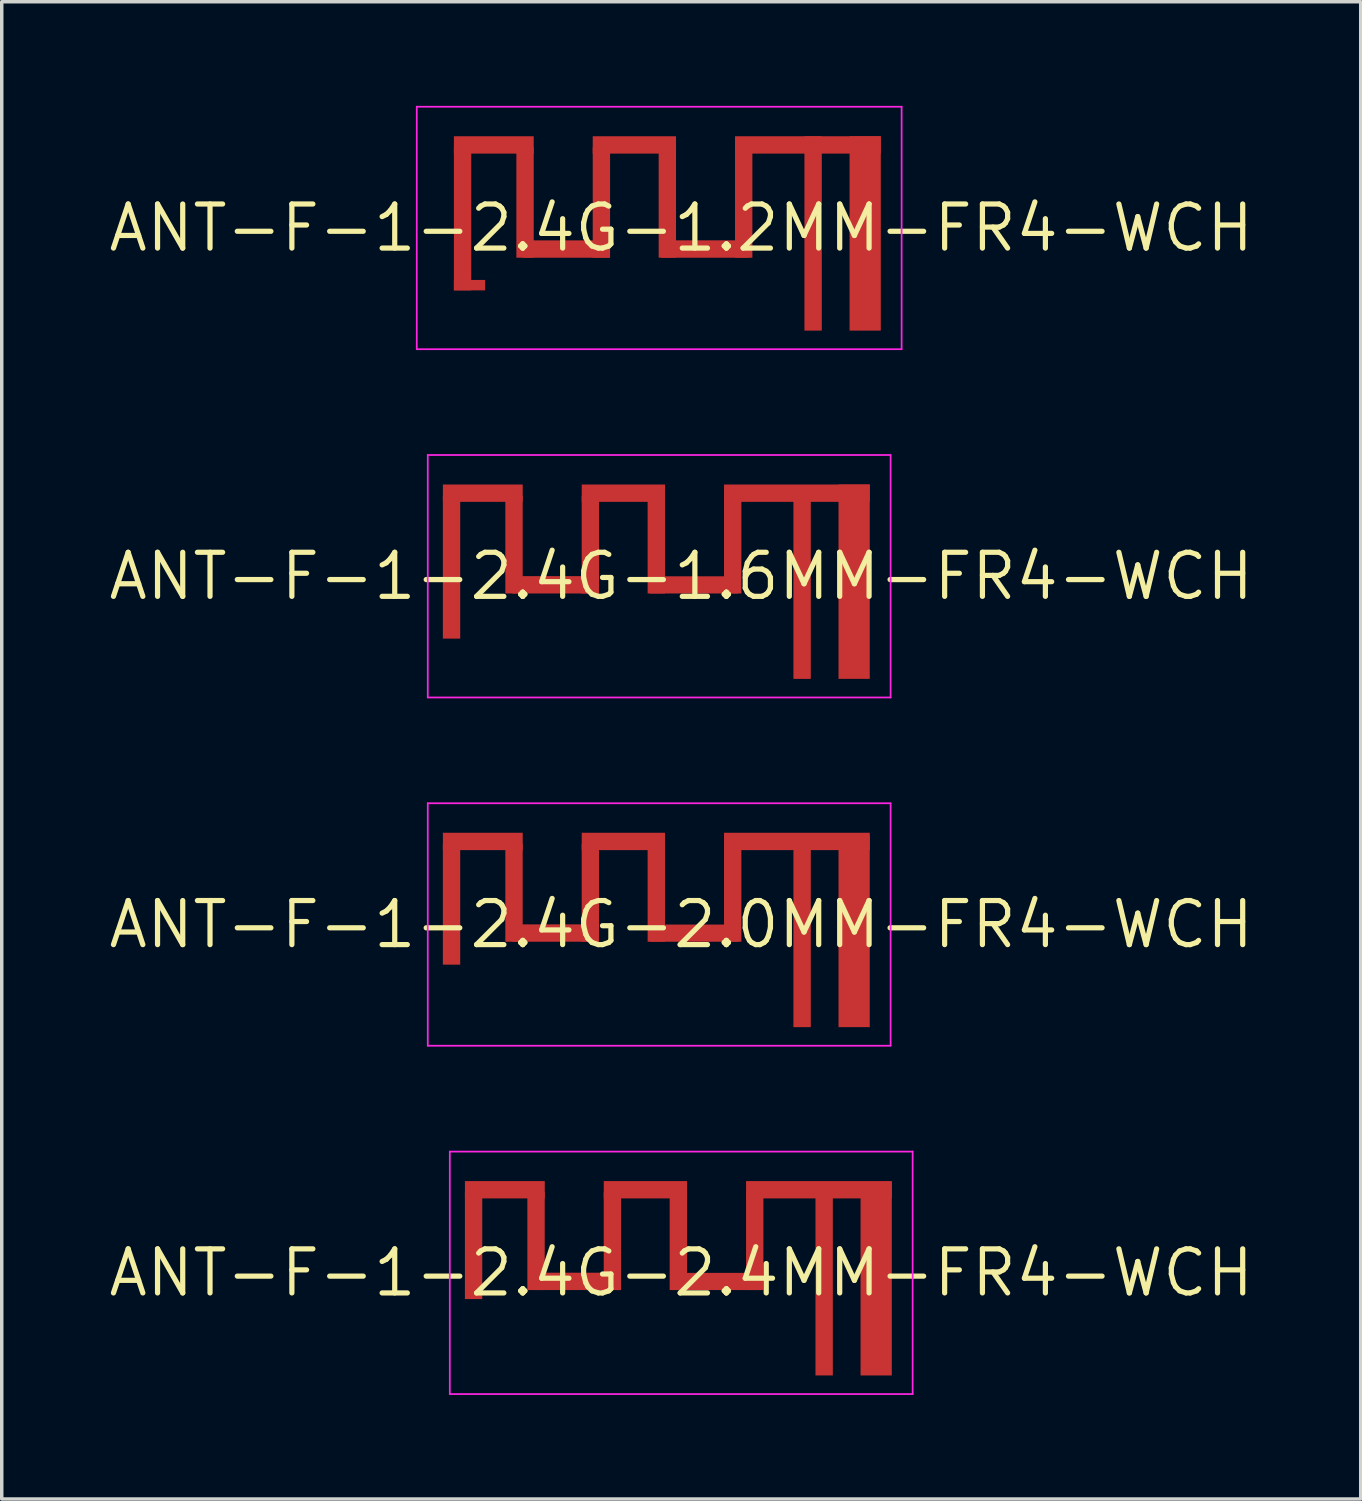
<source format=kicad_pcb>
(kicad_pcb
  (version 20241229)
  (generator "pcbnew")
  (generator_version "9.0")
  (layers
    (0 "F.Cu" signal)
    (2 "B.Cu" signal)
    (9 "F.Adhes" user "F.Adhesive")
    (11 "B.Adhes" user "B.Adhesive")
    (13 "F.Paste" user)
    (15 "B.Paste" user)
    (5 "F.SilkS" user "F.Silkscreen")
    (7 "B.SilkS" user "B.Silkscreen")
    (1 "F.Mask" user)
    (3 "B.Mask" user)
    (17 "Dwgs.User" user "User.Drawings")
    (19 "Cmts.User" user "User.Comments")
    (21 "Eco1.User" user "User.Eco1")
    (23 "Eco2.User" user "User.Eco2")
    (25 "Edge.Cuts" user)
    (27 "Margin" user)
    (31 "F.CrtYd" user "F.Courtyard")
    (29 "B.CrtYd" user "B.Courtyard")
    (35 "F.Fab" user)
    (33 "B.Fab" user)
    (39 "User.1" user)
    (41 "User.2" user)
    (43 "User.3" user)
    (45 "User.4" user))
  (footprint "ANT-F-1-2.4G-2.4MM-FR4-WCH"
    (layer "F.Cu")
    (at 16.578 33.623)
    (property "Reference" "ANT-F-1-2.4G-2.4MM-FR4-WCH" (at 0 0 0) (layer "F.SilkS") (effects (font (size 1.27 1.27) (thickness 0.15))))
    (attr exclude_from_pos_files exclude_from_bom)
    (fp_poly (pts (xy -5.733 -2.323) (xy -6.233 -2.323) (xy -6.233 0.757) (xy -5.733 0.757)) (stroke (width 0) (type solid)) (fill yes) (layer "F.Cu"))
    (fp_poly (pts (xy -3.933 -2.323) (xy -4.433 -2.323) (xy -4.433 0.497) (xy -3.933 0.497)) (stroke (width 0) (type solid)) (fill yes) (layer "F.Cu"))
    (fp_poly (pts (xy -3.932 -2.643) (xy -6.232 -2.643) (xy -6.232 -2.143) (xy -3.932 -2.143)) (stroke (width 0) (type solid)) (fill yes) (layer "F.Cu"))
    (fp_poly (pts (xy -1.747 -0.003) (xy -4.236 -0.003) (xy -4.236 0.497) (xy -1.747 0.497)) (stroke (width 0) (type solid)) (fill yes) (layer "F.Cu"))
    (fp_poly (pts (xy -1.733 -2.323) (xy -2.233 -2.323) (xy -2.233 0.497) (xy -1.733 0.497)) (stroke (width 0) (type solid)) (fill yes) (layer "F.Cu"))
    (fp_poly (pts (xy 0.168 -2.323) (xy -0.333 -2.323) (xy -0.333 0.497) (xy 0.168 0.497)) (stroke (width 0) (type solid)) (fill yes) (layer "F.Cu"))
    (fp_poly (pts (xy 0.168 -2.643) (xy -2.232 -2.643) (xy -2.232 -2.143) (xy 0.168 -2.143)) (stroke (width 0) (type solid)) (fill yes) (layer "F.Cu"))
    (fp_poly (pts (xy 2.277 0.002) (xy -0.263 0.002) (xy -0.263 0.497) (xy 2.277 0.497)) (stroke (width 0) (type solid)) (fill yes) (layer "F.Cu"))
    (fp_poly (pts (xy 2.368 -2.323) (xy 1.868 -2.323) (xy 1.868 0.497) (xy 2.368 0.497)) (stroke (width 0) (type solid)) (fill yes) (layer "F.Cu"))
    (fp_poly (pts (xy 6.068 -2.643) (xy 1.868 -2.643) (xy 1.868 -2.143) (xy 6.068 -2.143)) (stroke (width 0) (type solid)) (fill yes) (layer "F.Cu"))
    (fp_poly (pts (xy -5.733 -2.323) (xy -6.232 -2.323) (xy -6.232 0.757) (xy -5.733 0.757)) (stroke (width 0) (type solid)) (fill yes) (layer "F.Mask"))
    (fp_poly (pts (xy -3.933 -2.323) (xy -4.433 -2.323) (xy -4.433 0.497) (xy -3.933 0.497)) (stroke (width 0) (type solid)) (fill yes) (layer "F.Mask"))
    (fp_poly (pts (xy -3.932 -2.643) (xy -6.232 -2.643) (xy -6.232 -2.143) (xy -3.932 -2.143)) (stroke (width 0) (type solid)) (fill yes) (layer "F.Mask"))
    (fp_poly (pts (xy -1.747 -0.003) (xy -4.236 -0.003) (xy -4.236 0.497) (xy -1.747 0.497)) (stroke (width 0) (type solid)) (fill yes) (layer "F.Mask"))
    (fp_poly (pts (xy -1.733 -2.323) (xy -2.233 -2.323) (xy -2.233 0.497) (xy -1.733 0.497)) (stroke (width 0) (type solid)) (fill yes) (layer "F.Mask"))
    (fp_poly (pts (xy 0.168 -2.323) (xy -0.332 -2.323) (xy -0.332 0.497) (xy 0.168 0.497)) (stroke (width 0) (type solid)) (fill yes) (layer "F.Mask"))
    (fp_poly (pts (xy 0.168 -2.643) (xy -2.232 -2.643) (xy -2.232 -2.143) (xy 0.168 -2.143)) (stroke (width 0) (type solid)) (fill yes) (layer "F.Mask"))
    (fp_poly (pts (xy 2.277 0.002) (xy -0.263 0.002) (xy -0.263 0.497) (xy 2.277 0.497)) (stroke (width 0) (type solid)) (fill yes) (layer "F.Mask"))
    (fp_poly (pts (xy 2.368 -2.323) (xy 1.868 -2.323) (xy 1.868 0.497) (xy 2.368 0.497)) (stroke (width 0) (type solid)) (fill yes) (layer "F.Mask"))
    (fp_poly (pts (xy 4.368 -2.374) (xy 3.868 -2.374) (xy 3.868 2.957) (xy 4.368 2.957)) (stroke (width 0) (type solid)) (fill yes) (layer "F.Mask"))
    (fp_poly (pts (xy 6.067 -2.348) (xy 5.167 -2.348) (xy 5.167 2.957) (xy 6.067 2.957)) (stroke (width 0) (type solid)) (fill yes) (layer "F.Mask"))
    (fp_poly (pts (xy 6.068 -2.643) (xy 1.868 -2.643) (xy 1.868 -2.143) (xy 6.068 -2.143)) (stroke (width 0) (type solid)) (fill yes) (layer "F.Mask"))
    (fp_line (start -6.668 -3.493) (end -6.668 3.493) (stroke (width 0.05) (type solid)) (layer "F.CrtYd"))
    (fp_line (start -6.668 3.493) (end 6.668 3.493) (stroke (width 0.05) (type solid)) (layer "F.CrtYd"))
    (fp_line (start 6.668 -3.493) (end -6.668 -3.493) (stroke (width 0.05) (type solid)) (layer "F.CrtYd"))
    (fp_line (start 6.668 3.493) (end 6.668 -3.493) (stroke (width 0.05) (type solid)) (layer "F.CrtYd"))
    (pad "0" smd rect (at 5.617 0.17) (size 0.9 5.576) (layers "F.Cu" "F.Mask" "F.Paste"))
    (pad "1" smd rect (at 4.118 0.179) (size 0.5 5.557) (layers "F.Cu" "F.Mask" "F.Paste")))
  (footprint "ANT-F-1-2.4G-2.0MM-FR4-WCH"
    (layer "F.Cu")
    (at 15.943 23.587)
    (property "Reference" "ANT-F-1-2.4G-2.0MM-FR4-WCH" (at 0.635 0 0) (layer "F.SilkS") (effects (font (size 1.27 1.27) (thickness 0.15))))
    (attr exclude_from_pos_files exclude_from_bom)
    (fp_poly (pts (xy -5.733 -2.323) (xy -6.233 -2.323) (xy -6.233 1.157) (xy -5.733 1.157)) (stroke (width 0) (type solid)) (fill yes) (layer "F.Cu"))
    (fp_poly (pts (xy -3.933 -2.323) (xy -4.433 -2.323) (xy -4.433 0.497) (xy -3.933 0.497)) (stroke (width 0) (type solid)) (fill yes) (layer "F.Cu"))
    (fp_poly (pts (xy -3.932 -2.643) (xy -6.232 -2.643) (xy -6.232 -2.143) (xy -3.932 -2.143)) (stroke (width 0) (type solid)) (fill yes) (layer "F.Cu"))
    (fp_poly (pts (xy -1.747 -0.003) (xy -4.236 -0.003) (xy -4.236 0.497) (xy -1.747 0.497)) (stroke (width 0) (type solid)) (fill yes) (layer "F.Cu"))
    (fp_poly (pts (xy -1.733 -2.323) (xy -2.233 -2.323) (xy -2.233 0.497) (xy -1.733 0.497)) (stroke (width 0) (type solid)) (fill yes) (layer "F.Cu"))
    (fp_poly (pts (xy 0.168 -2.323) (xy -0.333 -2.323) (xy -0.333 0.497) (xy 0.168 0.497)) (stroke (width 0) (type solid)) (fill yes) (layer "F.Cu"))
    (fp_poly (pts (xy 0.168 -2.643) (xy -2.232 -2.643) (xy -2.232 -2.143) (xy 0.168 -2.143)) (stroke (width 0) (type solid)) (fill yes) (layer "F.Cu"))
    (fp_poly (pts (xy 2.277 0.002) (xy -0.263 0.002) (xy -0.263 0.497) (xy 2.277 0.497)) (stroke (width 0) (type solid)) (fill yes) (layer "F.Cu"))
    (fp_poly (pts (xy 2.368 -2.323) (xy 1.868 -2.323) (xy 1.868 0.497) (xy 2.368 0.497)) (stroke (width 0) (type solid)) (fill yes) (layer "F.Cu"))
    (fp_poly (pts (xy 6.068 -2.643) (xy 1.868 -2.643) (xy 1.868 -2.143) (xy 6.068 -2.143)) (stroke (width 0) (type solid)) (fill yes) (layer "F.Cu"))
    (fp_poly (pts (xy -5.733 -2.323) (xy -6.232 -2.323) (xy -6.232 1.157) (xy -5.733 1.157)) (stroke (width 0) (type solid)) (fill yes) (layer "F.Mask"))
    (fp_poly (pts (xy -3.933 -2.323) (xy -4.433 -2.323) (xy -4.433 0.497) (xy -3.933 0.497)) (stroke (width 0) (type solid)) (fill yes) (layer "F.Mask"))
    (fp_poly (pts (xy -3.932 -2.643) (xy -6.232 -2.643) (xy -6.232 -2.143) (xy -3.932 -2.143)) (stroke (width 0) (type solid)) (fill yes) (layer "F.Mask"))
    (fp_poly (pts (xy -1.747 -0.003) (xy -4.236 -0.003) (xy -4.236 0.497) (xy -1.747 0.497)) (stroke (width 0) (type solid)) (fill yes) (layer "F.Mask"))
    (fp_poly (pts (xy -1.733 -2.323) (xy -2.233 -2.323) (xy -2.233 0.497) (xy -1.733 0.497)) (stroke (width 0) (type solid)) (fill yes) (layer "F.Mask"))
    (fp_poly (pts (xy 0.168 -2.323) (xy -0.332 -2.323) (xy -0.332 0.497) (xy 0.168 0.497)) (stroke (width 0) (type solid)) (fill yes) (layer "F.Mask"))
    (fp_poly (pts (xy 0.168 -2.643) (xy -2.232 -2.643) (xy -2.232 -2.143) (xy 0.168 -2.143)) (stroke (width 0) (type solid)) (fill yes) (layer "F.Mask"))
    (fp_poly (pts (xy 2.277 0.002) (xy -0.263 0.002) (xy -0.263 0.497) (xy 2.277 0.497)) (stroke (width 0) (type solid)) (fill yes) (layer "F.Mask"))
    (fp_poly (pts (xy 2.368 -2.323) (xy 1.868 -2.323) (xy 1.868 0.497) (xy 2.368 0.497)) (stroke (width 0) (type solid)) (fill yes) (layer "F.Mask"))
    (fp_poly (pts (xy 4.368 -2.374) (xy 3.868 -2.374) (xy 3.868 2.957) (xy 4.368 2.957)) (stroke (width 0) (type solid)) (fill yes) (layer "F.Mask"))
    (fp_poly (pts (xy 6.067 -2.348) (xy 5.167 -2.348) (xy 5.167 2.957) (xy 6.067 2.957)) (stroke (width 0) (type solid)) (fill yes) (layer "F.Mask"))
    (fp_poly (pts (xy 6.068 -2.643) (xy 1.868 -2.643) (xy 1.868 -2.143) (xy 6.068 -2.143)) (stroke (width 0) (type solid)) (fill yes) (layer "F.Mask"))
    (fp_line (start -6.668 -3.493) (end -6.668 3.493) (stroke (width 0.05) (type solid)) (layer "F.CrtYd"))
    (fp_line (start -6.668 3.493) (end 6.668 3.493) (stroke (width 0.05) (type solid)) (layer "F.CrtYd"))
    (fp_line (start 6.668 -3.493) (end -6.668 -3.493) (stroke (width 0.05) (type solid)) (layer "F.CrtYd"))
    (fp_line (start 6.668 3.493) (end 6.668 -3.493) (stroke (width 0.05) (type solid)) (layer "F.CrtYd"))
    (pad "0" smd rect (at 5.617 0.2) (size 0.9 5.515) (layers "F.Cu" "F.Mask" "F.Paste"))
    (pad "1" smd rect (at 4.118 0.204) (size 0.5 5.507) (layers "F.Cu" "F.Mask" "F.Paste")))
  (footprint "ANT-F-1-2.4G-1.2MM-FR4-WCH"
    (layer "F.Cu")
    (at 15.943 3.518)
    (property "Reference" "ANT-F-1-2.4G-1.2MM-FR4-WCH" (at 0.635 0 0) (layer "F.SilkS") (effects (font (size 1.27 1.27) (thickness 0.15))))
    (attr exclude_from_pos_files exclude_from_bom)
    (fp_poly (pts (xy -5.415 -2.322) (xy -5.915 -2.322) (xy -5.915 1.798) (xy -5.415 1.798)) (stroke (width 0) (type solid)) (fill yes) (layer "F.Cu"))
    (fp_poly (pts (xy -5.015 1.498) (xy -5.915 1.498) (xy -5.915 1.798) (xy -5.015 1.798)) (stroke (width 0) (type solid)) (fill yes) (layer "F.Cu"))
    (fp_poly (pts (xy -3.615 -2.322) (xy -4.115 -2.322) (xy -4.115 0.858) (xy -3.615 0.858)) (stroke (width 0) (type solid)) (fill yes) (layer "F.Cu"))
    (fp_poly (pts (xy -3.615 -2.642) (xy -5.915 -2.642) (xy -5.915 -2.142) (xy -3.615 -2.142)) (stroke (width 0) (type solid)) (fill yes) (layer "F.Cu"))
    (fp_poly (pts (xy -1.43 0.358) (xy -3.919 0.358) (xy -3.919 0.858) (xy -1.43 0.858)) (stroke (width 0) (type solid)) (fill yes) (layer "F.Cu"))
    (fp_poly (pts (xy -1.415 -2.322) (xy -1.915 -2.322) (xy -1.915 0.858) (xy -1.415 0.858)) (stroke (width 0) (type solid)) (fill yes) (layer "F.Cu"))
    (fp_poly (pts (xy 0.485 -2.322) (xy -0.015 -2.322) (xy -0.015 0.857) (xy 0.485 0.857)) (stroke (width 0) (type solid)) (fill yes) (layer "F.Cu"))
    (fp_poly (pts (xy 0.485 -2.642) (xy -1.915 -2.642) (xy -1.915 -2.142) (xy 0.485 -2.142)) (stroke (width 0) (type solid)) (fill yes) (layer "F.Cu"))
    (fp_poly (pts (xy 2.595 0.357) (xy 0.055 0.357) (xy 0.055 0.858) (xy 2.595 0.858)) (stroke (width 0) (type solid)) (fill yes) (layer "F.Cu"))
    (fp_poly (pts (xy 2.685 -2.322) (xy 2.185 -2.322) (xy 2.185 0.858) (xy 2.685 0.858)) (stroke (width 0) (type solid)) (fill yes) (layer "F.Cu"))
    (fp_poly (pts (xy 6.385 -2.642) (xy 2.185 -2.642) (xy 2.185 -2.142) (xy 6.385 -2.142)) (stroke (width 0) (type solid)) (fill yes) (layer "F.Cu"))
    (fp_poly (pts (xy -5.415 -2.322) (xy -5.915 -2.322) (xy -5.915 1.798) (xy -5.415 1.798)) (stroke (width 0) (type solid)) (fill yes) (layer "F.Mask"))
    (fp_poly (pts (xy -5.015 1.498) (xy -5.915 1.498) (xy -5.915 1.798) (xy -5.015 1.798)) (stroke (width 0) (type solid)) (fill yes) (layer "F.Mask"))
    (fp_poly (pts (xy -3.615 -2.322) (xy -4.115 -2.322) (xy -4.115 0.858) (xy -3.615 0.858)) (stroke (width 0) (type solid)) (fill yes) (layer "F.Mask"))
    (fp_poly (pts (xy -3.615 -2.642) (xy -5.915 -2.642) (xy -5.915 -2.142) (xy -3.615 -2.142)) (stroke (width 0) (type solid)) (fill yes) (layer "F.Mask"))
    (fp_poly (pts (xy -1.43 0.358) (xy -3.919 0.358) (xy -3.919 0.858) (xy -1.43 0.858)) (stroke (width 0) (type solid)) (fill yes) (layer "F.Mask"))
    (fp_poly (pts (xy -1.415 -2.322) (xy -1.915 -2.322) (xy -1.915 0.858) (xy -1.415 0.858)) (stroke (width 0) (type solid)) (fill yes) (layer "F.Mask"))
    (fp_poly (pts (xy 0.485 -2.322) (xy -0.015 -2.322) (xy -0.015 0.858) (xy 0.485 0.858)) (stroke (width 0) (type solid)) (fill yes) (layer "F.Mask"))
    (fp_poly (pts (xy 0.485 -2.642) (xy -1.915 -2.642) (xy -1.915 -2.142) (xy 0.485 -2.142)) (stroke (width 0) (type solid)) (fill yes) (layer "F.Mask"))
    (fp_poly (pts (xy 2.595 0.357) (xy 0.055 0.357) (xy 0.055 0.858) (xy 2.595 0.858)) (stroke (width 0) (type solid)) (fill yes) (layer "F.Mask"))
    (fp_poly (pts (xy 2.685 -2.322) (xy 2.185 -2.322) (xy 2.185 0.857) (xy 2.685 0.857)) (stroke (width 0) (type solid)) (fill yes) (layer "F.Mask"))
    (fp_poly (pts (xy 4.685 -2.373) (xy 4.185 -2.373) (xy 4.185 2.957) (xy 4.685 2.957)) (stroke (width 0) (type solid)) (fill yes) (layer "F.Mask"))
    (fp_poly (pts (xy 6.385 -2.348) (xy 5.485 -2.348) (xy 5.485 2.958) (xy 6.385 2.958)) (stroke (width 0) (type solid)) (fill yes) (layer "F.Mask"))
    (fp_poly (pts (xy 6.385 -2.642) (xy 2.185 -2.642) (xy 2.185 -2.142) (xy 6.385 -2.142)) (stroke (width 0) (type solid)) (fill yes) (layer "F.Mask"))
    (fp_line (start -6.985 -3.493) (end -6.985 3.493) (stroke (width 0.05) (type solid)) (layer "F.CrtYd"))
    (fp_line (start -6.985 3.493) (end 6.985 3.493) (stroke (width 0.05) (type solid)) (layer "F.CrtYd"))
    (fp_line (start 6.985 -3.493) (end -6.985 -3.493) (stroke (width 0.05) (type solid)) (layer "F.CrtYd"))
    (fp_line (start 6.985 3.493) (end 6.985 -3.493) (stroke (width 0.05) (type solid)) (layer "F.CrtYd"))
    (pad "0" smd rect (at 5.935 0.158) (size 0.9 5.6) (layers "F.Cu" "F.Mask" "F.Paste"))
    (pad "1" smd rect (at 4.435 0.158) (size 0.5 5.6) (layers "F.Cu" "F.Mask" "F.Paste")))
  (footprint "ANT-F-1-2.4G-1.6MM-FR4-WCH"
    (layer "F.Cu")
    (at 15.943 13.553)
    (property "Reference" "ANT-F-1-2.4G-1.6MM-FR4-WCH" (at 0.635 0 0) (layer "F.SilkS") (effects (font (size 1.27 1.27) (thickness 0.15))))
    (attr exclude_from_pos_files exclude_from_bom)
    (fp_poly (pts (xy -5.733 -2.323) (xy -6.233 -2.323) (xy -6.233 1.797) (xy -5.733 1.797)) (stroke (width 0) (type solid)) (fill yes) (layer "F.Cu"))
    (fp_poly (pts (xy -3.933 -2.323) (xy -4.433 -2.323) (xy -4.433 0.497) (xy -3.933 0.497)) (stroke (width 0) (type solid)) (fill yes) (layer "F.Cu"))
    (fp_poly (pts (xy -3.932 -2.643) (xy -6.232 -2.643) (xy -6.232 -2.143) (xy -3.932 -2.143)) (stroke (width 0) (type solid)) (fill yes) (layer "F.Cu"))
    (fp_poly (pts (xy -1.747 -0.003) (xy -4.236 -0.003) (xy -4.236 0.497) (xy -1.747 0.497)) (stroke (width 0) (type solid)) (fill yes) (layer "F.Cu"))
    (fp_poly (pts (xy -1.733 -2.323) (xy -2.233 -2.323) (xy -2.233 0.497) (xy -1.733 0.497)) (stroke (width 0) (type solid)) (fill yes) (layer "F.Cu"))
    (fp_poly (pts (xy 0.168 -2.323) (xy -0.333 -2.323) (xy -0.333 0.497) (xy 0.168 0.497)) (stroke (width 0) (type solid)) (fill yes) (layer "F.Cu"))
    (fp_poly (pts (xy 0.168 -2.643) (xy -2.232 -2.643) (xy -2.232 -2.143) (xy 0.168 -2.143)) (stroke (width 0) (type solid)) (fill yes) (layer "F.Cu"))
    (fp_poly (pts (xy 2.277 0.002) (xy -0.263 0.002) (xy -0.263 0.497) (xy 2.277 0.497)) (stroke (width 0) (type solid)) (fill yes) (layer "F.Cu"))
    (fp_poly (pts (xy 2.368 -2.323) (xy 1.868 -2.323) (xy 1.868 0.497) (xy 2.368 0.497)) (stroke (width 0) (type solid)) (fill yes) (layer "F.Cu"))
    (fp_poly (pts (xy 6.068 -2.643) (xy 1.868 -2.643) (xy 1.868 -2.143) (xy 6.068 -2.143)) (stroke (width 0) (type solid)) (fill yes) (layer "F.Cu"))
    (fp_poly (pts (xy -5.733 -2.323) (xy -6.232 -2.323) (xy -6.232 1.797) (xy -5.733 1.797)) (stroke (width 0) (type solid)) (fill yes) (layer "F.Mask"))
    (fp_poly (pts (xy -3.933 -2.323) (xy -4.433 -2.323) (xy -4.433 0.497) (xy -3.933 0.497)) (stroke (width 0) (type solid)) (fill yes) (layer "F.Mask"))
    (fp_poly (pts (xy -3.932 -2.643) (xy -6.232 -2.643) (xy -6.232 -2.143) (xy -3.932 -2.143)) (stroke (width 0) (type solid)) (fill yes) (layer "F.Mask"))
    (fp_poly (pts (xy -1.747 -0.003) (xy -4.236 -0.003) (xy -4.236 0.497) (xy -1.747 0.497)) (stroke (width 0) (type solid)) (fill yes) (layer "F.Mask"))
    (fp_poly (pts (xy -1.733 -2.323) (xy -2.233 -2.323) (xy -2.233 0.497) (xy -1.733 0.497)) (stroke (width 0) (type solid)) (fill yes) (layer "F.Mask"))
    (fp_poly (pts (xy 0.168 -2.323) (xy -0.332 -2.323) (xy -0.332 0.497) (xy 0.168 0.497)) (stroke (width 0) (type solid)) (fill yes) (layer "F.Mask"))
    (fp_poly (pts (xy 0.168 -2.643) (xy -2.232 -2.643) (xy -2.232 -2.143) (xy 0.168 -2.143)) (stroke (width 0) (type solid)) (fill yes) (layer "F.Mask"))
    (fp_poly (pts (xy 2.277 0.002) (xy -0.263 0.002) (xy -0.263 0.497) (xy 2.277 0.497)) (stroke (width 0) (type solid)) (fill yes) (layer "F.Mask"))
    (fp_poly (pts (xy 2.368 -2.323) (xy 1.868 -2.323) (xy 1.868 0.497) (xy 2.368 0.497)) (stroke (width 0) (type solid)) (fill yes) (layer "F.Mask"))
    (fp_poly (pts (xy 4.368 -2.374) (xy 3.868 -2.374) (xy 3.868 2.957) (xy 4.368 2.957)) (stroke (width 0) (type solid)) (fill yes) (layer "F.Mask"))
    (fp_poly (pts (xy 6.067 -2.348) (xy 5.167 -2.348) (xy 5.167 2.957) (xy 6.067 2.957)) (stroke (width 0) (type solid)) (fill yes) (layer "F.Mask"))
    (fp_poly (pts (xy 6.068 -2.643) (xy 1.868 -2.643) (xy 1.868 -2.143) (xy 6.068 -2.143)) (stroke (width 0) (type solid)) (fill yes) (layer "F.Mask"))
    (fp_line (start -6.668 -3.493) (end -6.668 3.493) (stroke (width 0.05) (type solid)) (layer "F.CrtYd"))
    (fp_line (start -6.668 3.493) (end 6.668 3.493) (stroke (width 0.05) (type solid)) (layer "F.CrtYd"))
    (fp_line (start 6.668 -3.493) (end -6.668 -3.493) (stroke (width 0.05) (type solid)) (layer "F.CrtYd"))
    (fp_line (start 6.668 3.493) (end 6.668 -3.493) (stroke (width 0.05) (type solid)) (layer "F.CrtYd"))
    (pad "0" smd rect (at 5.617 0.157) (size 0.9 5.6) (layers "F.Cu" "F.Mask" "F.Paste"))
    (pad "1" smd rect (at 4.118 0.2) (size 0.5 5.515) (layers "F.Cu" "F.Mask" "F.Paste")))
  (gr_rect
    (start -3 -3)
    (end 36.156 40.14)
    (stroke (width 0.1) (type default))
    (fill no)
    (layer "Edge.Cuts")))
</source>
